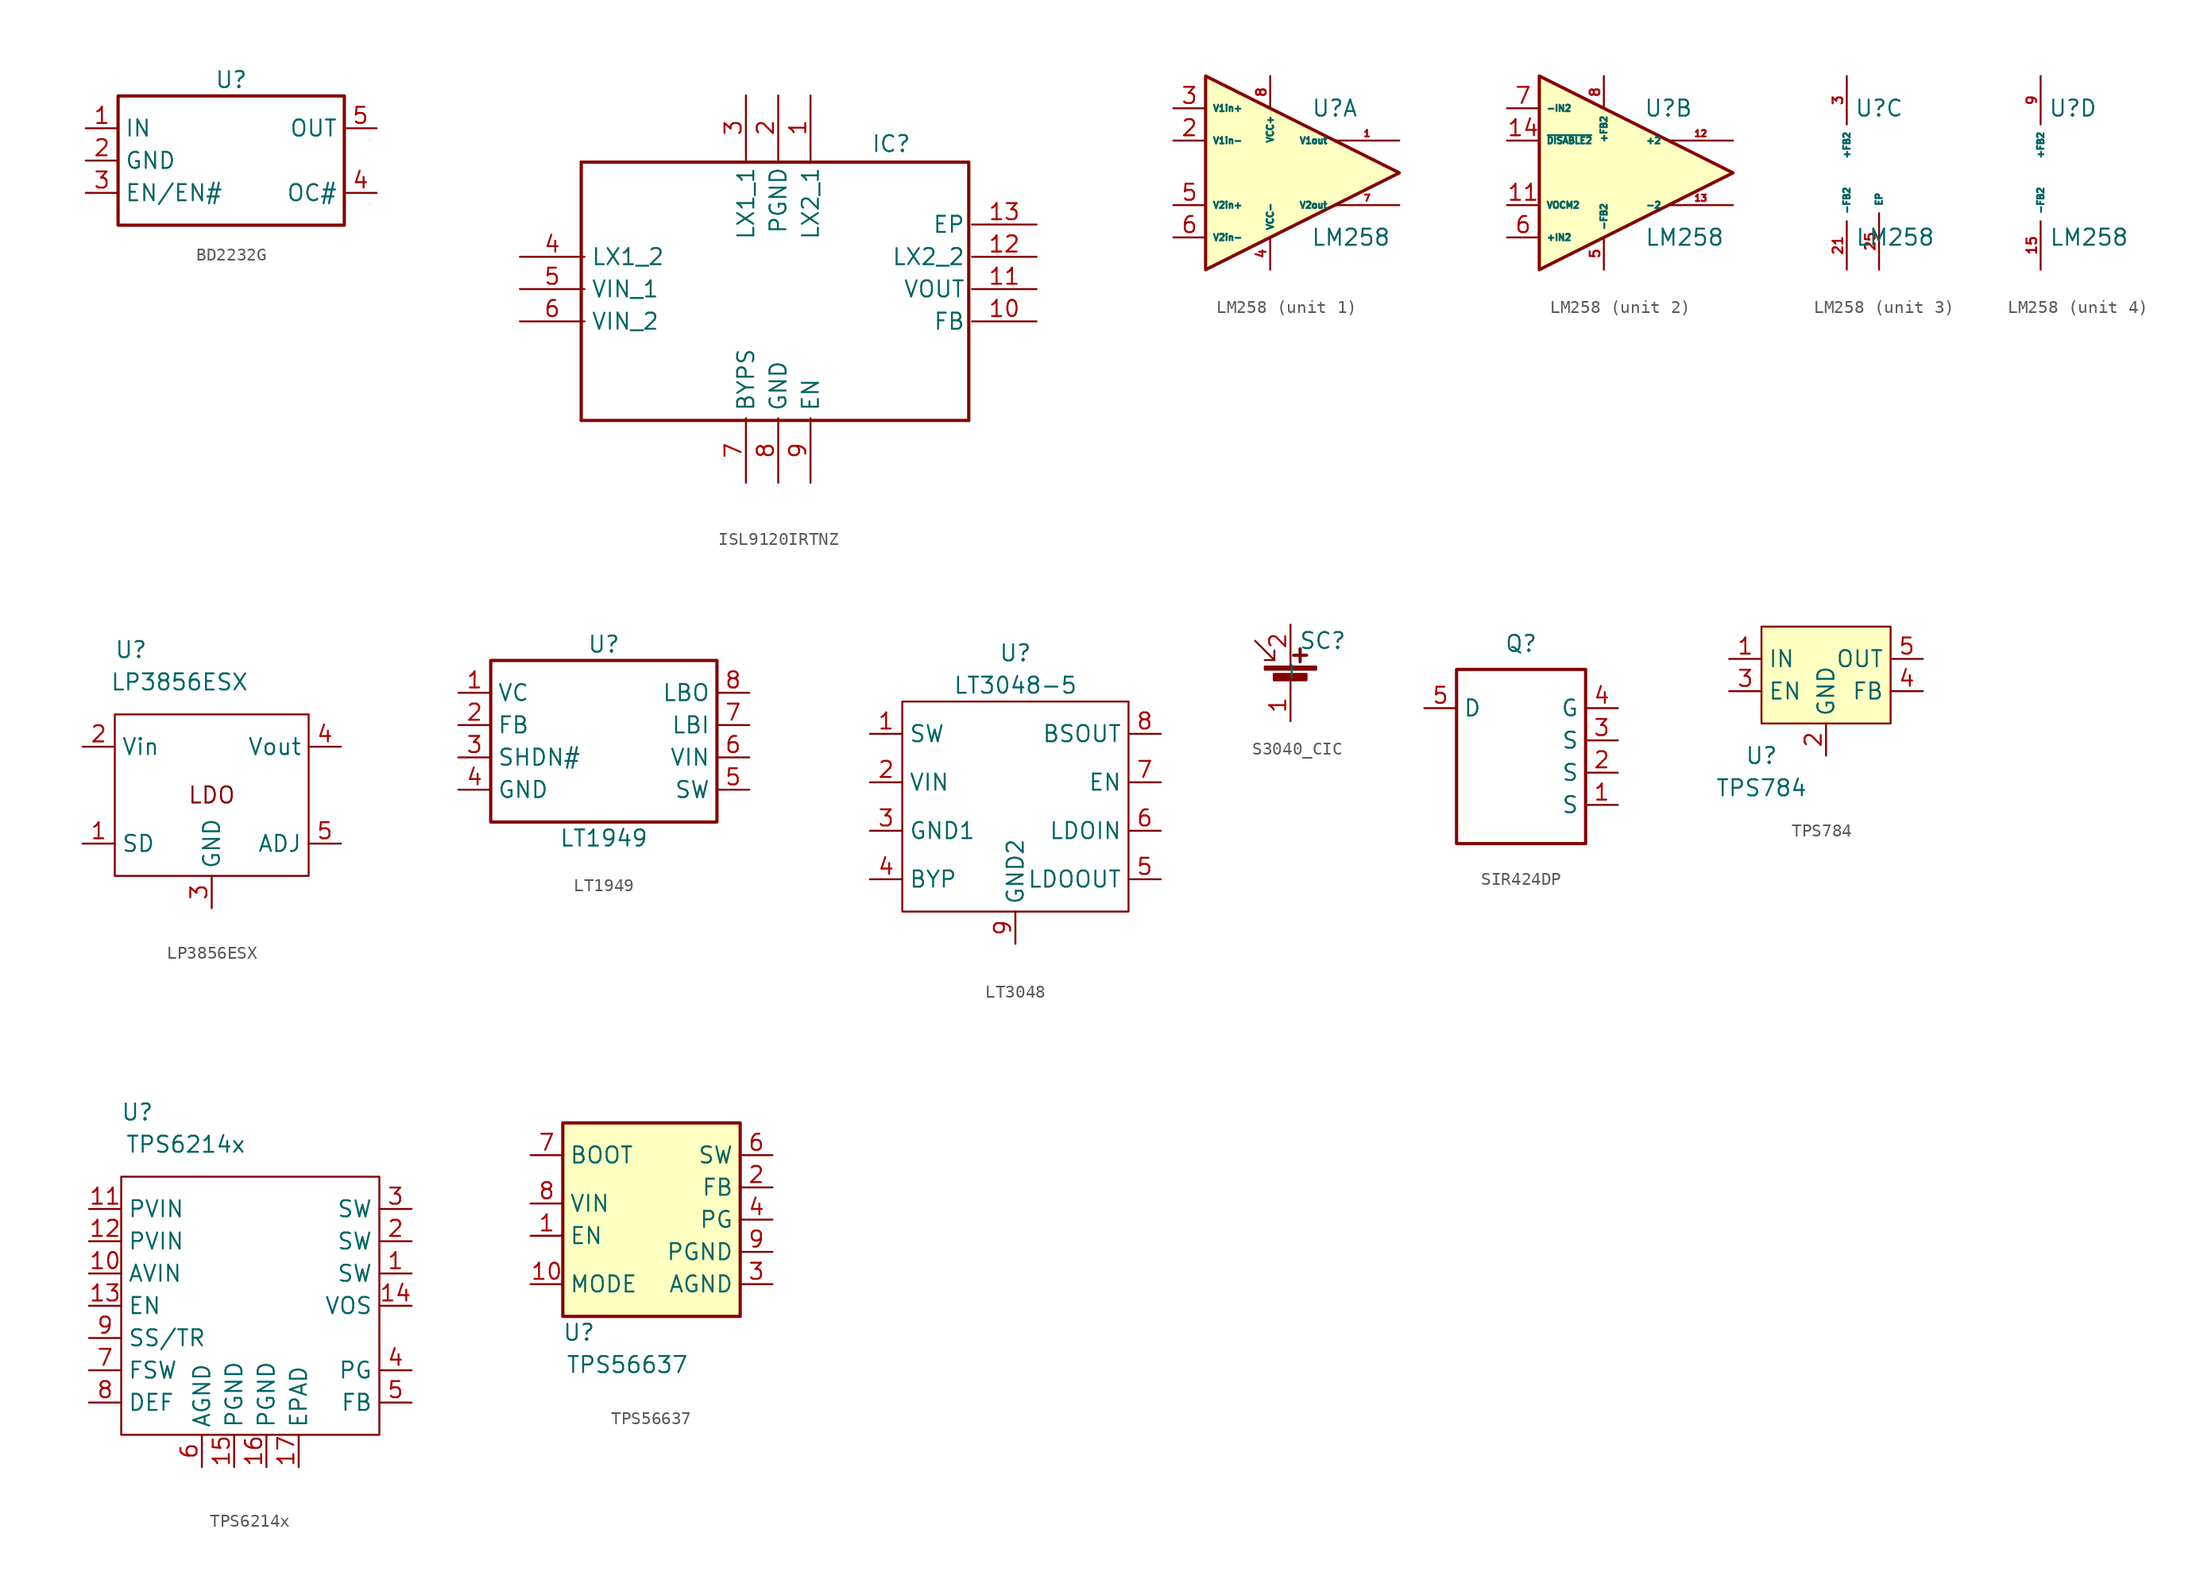
<source format=kicad_sym>
(kicad_symbol_lib
  (version 20220914)
  (generator kicad_symbol_editor)
  (symbol "BD2232G"
    (property "Reference" "U"
      (at 0 6.35 0)
      (effects (font (size 1.27 1.27))))
    (property "Value" ""
      (at 0 0 0)
      (effects (font (size 1.27 1.27))))
    (symbol "BD2232G_1_0"
      (rectangle (start 8.89 5.08) (end -8.89 -5.08) (stroke (width 0.254) (type default)) (fill (type none)))
      (pin passive line (at -11.43 2.54 0) (length 2.54) (name "IN" (effects (font (size 1.27 1.27)))) (number "1" (effects (font (size 1.27 1.27)))))
      (pin passive line (at -11.43 0 0) (length 2.54) (name "GND" (effects (font (size 1.27 1.27)))) (number "2" (effects (font (size 1.27 1.27)))))
      (pin passive line (at -11.43 -2.54 0) (length 2.54) (name "EN/EN#" (effects (font (size 1.27 1.27)))) (number "3" (effects (font (size 1.27 1.27)))))
      (pin passive line (at 11.43 -2.54 180) (length 2.54) (name "OC#" (effects (font (size 1.27 1.27)))) (number "4" (effects (font (size 1.27 1.27)))))
      (pin passive line (at 11.43 2.54 180) (length 2.54) (name "OUT" (effects (font (size 1.27 1.27)))) (number "5" (effects (font (size 1.27 1.27)))))))
  (symbol "ISL9120IRTNZ"
    (property "Reference" "IC"
      (at 8.89 11.43 0)
      (effects (font (size 1.27 1.27))))
    (property "Value" ""
      (at 13.97 -11.43 0)
      (effects (font (size 1.27 1.27))))
    (symbol "ISL9120IRTNZ_1_0"
      (polyline (pts (xy -15.494 -10.335) (xy -15.494 9.985)) (stroke (width 0.254) (type default)) (fill (type none)))
      (polyline (pts (xy -15.494 -10.335) (xy 14.986 -10.335)) (stroke (width 0.254) (type default)) (fill (type none)))
      (polyline (pts (xy 14.986 9.985) (xy -15.494 9.985)) (stroke (width 0.254) (type default)) (fill (type none)))
      (polyline (pts (xy 14.986 9.985) (xy 14.986 -10.335)) (stroke (width 0.254) (type default)) (fill (type none)))
      (pin passive line (at 2.54 15.24 270) (length 5.08) (name "LX2_1" (effects (font (size 1.27 1.27)))) (number "1" (effects (font (size 1.27 1.27)))))
      (pin passive line (at 20.32 -2.54 180) (length 5.08) (name "FB" (effects (font (size 1.27 1.27)))) (number "10" (effects (font (size 1.27 1.27)))))
      (pin passive line (at 20.32 0 180) (length 5.08) (name "VOUT" (effects (font (size 1.27 1.27)))) (number "11" (effects (font (size 1.27 1.27)))))
      (pin passive line (at 20.32 2.54 180) (length 5.08) (name "LX2_2" (effects (font (size 1.27 1.27)))) (number "12" (effects (font (size 1.27 1.27)))))
      (pin passive line (at 20.32 5.08 180) (length 5.08) (name "EP" (effects (font (size 1.27 1.27)))) (number "13" (effects (font (size 1.27 1.27)))))
      (pin passive line (at 0 15.24 270) (length 5.08) (name "PGND" (effects (font (size 1.27 1.27)))) (number "2" (effects (font (size 1.27 1.27)))))
      (pin passive line (at -2.54 15.24 270) (length 5.08) (name "LX1_1" (effects (font (size 1.27 1.27)))) (number "3" (effects (font (size 1.27 1.27)))))
      (pin passive line (at -20.32 2.54 0) (length 5.08) (name "LX1_2" (effects (font (size 1.27 1.27)))) (number "4" (effects (font (size 1.27 1.27)))))
      (pin passive line (at -20.32 0 0) (length 5.08) (name "VIN_1" (effects (font (size 1.27 1.27)))) (number "5" (effects (font (size 1.27 1.27)))))
      (pin passive line (at -20.32 -2.54 0) (length 5.08) (name "VIN_2" (effects (font (size 1.27 1.27)))) (number "6" (effects (font (size 1.27 1.27)))))
      (pin passive line (at -2.54 -15.24 90) (length 5.08) (name "BYPS" (effects (font (size 1.27 1.27)))) (number "7" (effects (font (size 1.27 1.27)))))
      (pin passive line (at 0 -15.24 90) (length 5.08) (name "GND" (effects (font (size 1.27 1.27)))) (number "8" (effects (font (size 1.27 1.27)))))
      (pin passive line (at 2.54 -15.24 90) (length 5.08) (name "EN" (effects (font (size 1.27 1.27)))) (number "9" (effects (font (size 1.27 1.27)))))))
  (symbol "LM258"
    (property "Reference" "U"
      (at 5.08 5.08 0)
      (effects (font (size 1.27 1.27))))
    (property "Value" "LM258"
      (at 6.35 -5.08 0)
      (effects (font (size 1.27 1.27))))
    (symbol "LM258_1_1"
      (polyline (pts (xy -5.08 7.62) (xy -5.08 -7.62) (xy 10.16 0) (xy -5.08 7.62)) (stroke (width 0.254) (type default)) (fill (type background)))
      (pin output line (at 10.16 2.54 180) (length 5.08) (name "V1out" (effects (font (size 0.508 0.508)))) (number "1" (effects (font (size 0.508 0.508)))))
      (pin input line (at -7.62 2.54 0) (length 2.54) (name "V1in-" (effects (font (size 0.508 0.508)))) (number "2" (effects (font (size 1.27 1.27)))))
      (pin input line (at -7.62 5.08 0) (length 2.54) (name "V1in+" (effects (font (size 0.508 0.508)))) (number "3" (effects (font (size 1.27 1.27)))))
      (pin input line (at 0 -7.62 90) (length 2.54) (name "VCC-" (effects (font (size 0.508 0.508)))) (number "4" (effects (font (size 0.762 0.762)))))
      (pin input line (at -7.62 -2.54 0) (length 2.54) (name "V2in+" (effects (font (size 0.508 0.508)))) (number "5" (effects (font (size 1.27 1.27)))))
      (pin input line (at -7.62 -5.08 0) (length 2.54) (name "V2in-" (effects (font (size 0.508 0.508)))) (number "6" (effects (font (size 1.27 1.27)))))
      (pin output line (at 10.16 -2.54 180) (length 5.08) (name "V2out" (effects (font (size 0.508 0.508)))) (number "7" (effects (font (size 0.508 0.508)))))
      (pin input line (at 0 7.62 270) (length 2.54) (name "VCC+" (effects (font (size 0.508 0.508)))) (number "8" (effects (font (size 0.762 0.762))))))
    (symbol "LM258_2_1"
      (polyline (pts (xy -5.08 7.62) (xy -5.08 -7.62) (xy 10.16 0) (xy -5.08 7.62)) (stroke (width 0.254) (type default)) (fill (type background)))
      (pin input line (at -7.62 -2.54 0) (length 2.54) (name "VOCM2" (effects (font (size 0.508 0.508)))) (number "11" (effects (font (size 1.27 1.27)))))
      (pin output line (at 10.16 2.54 180) (length 5.08) (name "+2" (effects (font (size 0.508 0.508)))) (number "12" (effects (font (size 0.508 0.508)))))
      (pin output line (at 10.16 -2.54 180) (length 5.08) (name "-2" (effects (font (size 0.508 0.508)))) (number "13" (effects (font (size 0.508 0.508)))))
      (pin input line (at -7.62 2.54 0) (length 2.54) (name "~{DISABLE2}" (effects (font (size 0.508 0.508)))) (number "14" (effects (font (size 1.27 1.27)))))
      (pin input line (at 0 -7.62 90) (length 2.54) (name "-FB2" (effects (font (size 0.508 0.508)))) (number "5" (effects (font (size 0.762 0.762)))))
      (pin input line (at -7.62 -5.08 0) (length 2.54) (name "+IN2" (effects (font (size 0.508 0.508)))) (number "6" (effects (font (size 1.27 1.27)))))
      (pin input line (at -7.62 5.08 0) (length 2.54) (name "-IN2" (effects (font (size 0.508 0.508)))) (number "7" (effects (font (size 1.27 1.27)))))
      (pin input line (at 0 7.62 270) (length 2.54) (name "+FB2" (effects (font (size 0.508 0.508)))) (number "8" (effects (font (size 0.762 0.762))))))
    (symbol "LM258_3_1"
      (pin input line (at 2.54 -7.62 90) (length 3.81) (name "-FB2" (effects (font (size 0.508 0.508)))) (number "21" (effects (font (size 0.762 0.762)))))
      (pin input line (at 2.54 -7.62 90) (length 3.81) hide (name "-FB2" (effects (font (size 0.508 0.508)))) (number "22" (effects (font (size 0.762 0.762)))))
      (pin passive line (at 5.08 -7.62 90) (length 4.445) (name "EP" (effects (font (size 0.508 0.508)))) (number "25" (effects (font (size 0.762 0.762)))))
      (pin input line (at 2.54 7.62 270) (length 3.81) (name "+FB2" (effects (font (size 0.508 0.508)))) (number "3" (effects (font (size 0.762 0.762)))))
      (pin input line (at 2.54 7.62 270) (length 3.81) hide (name "+FB2" (effects (font (size 0.508 0.508)))) (number "4" (effects (font (size 0.762 0.762))))))
    (symbol "LM258_4_1"
      (pin input line (at 2.54 7.62 270) (length 3.81) hide (name "+FB2" (effects (font (size 0.508 0.508)))) (number "10" (effects (font (size 0.762 0.762)))))
      (pin input line (at 2.54 -7.62 90) (length 3.81) (name "-FB2" (effects (font (size 0.508 0.508)))) (number "15" (effects (font (size 0.762 0.762)))))
      (pin input line (at 2.54 -7.62 90) (length 3.81) hide (name "-FB2" (effects (font (size 0.508 0.508)))) (number "16" (effects (font (size 0.762 0.762)))))
      (pin input line (at 2.54 7.62 270) (length 3.81) (name "+FB2" (effects (font (size 0.508 0.508)))) (number "9" (effects (font (size 0.762 0.762)))))))
  (symbol "LP3856ESX"
    (property "Reference" "U"
      (at 1.27 17.78 0)
      (effects (font (size 1.27 1.27))))
    (property "Value" "LP3856ESX"
      (at 5.08 15.24 0)
      (effects (font (size 1.27 1.27))))
    (symbol "LP3856ESX_0_0"
      (text "LDO" (at 7.62 6.35 0) (effects (font (size 1.27 1.27))))
      (pin unspecified line (at -2.54 2.54 0) (length 2.54) (name "SD" (effects (font (size 1.27 1.27)))) (number "1" (effects (font (size 1.27 1.27)))))
      (pin unspecified line (at -2.54 10.16 0) (length 2.54) (name "Vin" (effects (font (size 1.27 1.27)))) (number "2" (effects (font (size 1.27 1.27)))))
      (pin unspecified line (at 7.62 -2.54 90) (length 2.54) (name "GND" (effects (font (size 1.27 1.27)))) (number "3" (effects (font (size 1.27 1.27)))))
      (pin unspecified line (at 17.78 10.16 180) (length 2.54) (name "Vout" (effects (font (size 1.27 1.27)))) (number "4" (effects (font (size 1.27 1.27)))))
      (pin unspecified line (at 17.78 2.54 180) (length 2.54) (name "ADJ" (effects (font (size 1.27 1.27)))) (number "5" (effects (font (size 1.27 1.27))))))
    (symbol "LP3856ESX_0_1"
      (rectangle (start 0 12.7) (end 15.24 0) (stroke (width 0) (type default)) (fill (type none)))))
  (symbol "LT1949"
    (property "Reference" "U"
      (at 0 7.62 0)
      (effects (font (size 1.27 1.27))))
    (property "Value" "LT1949"
      (at 0 -7.62 0)
      (effects (font (size 1.27 1.27))))
    (symbol "LT1949_1_0"
      (rectangle (start 8.89 6.35) (end -8.89 -6.35) (stroke (width 0.254) (type default)) (fill (type none)))
      (pin passive line (at -11.43 3.81 0) (length 2.54) (name "VC" (effects (font (size 1.27 1.27)))) (number "1" (effects (font (size 1.27 1.27)))))
      (pin passive line (at -11.43 1.27 0) (length 2.54) (name "FB" (effects (font (size 1.27 1.27)))) (number "2" (effects (font (size 1.27 1.27)))))
      (pin passive line (at -11.43 -1.27 0) (length 2.54) (name "SHDN#" (effects (font (size 1.27 1.27)))) (number "3" (effects (font (size 1.27 1.27)))))
      (pin passive line (at -11.43 -3.81 0) (length 2.54) (name "GND" (effects (font (size 1.27 1.27)))) (number "4" (effects (font (size 1.27 1.27)))))
      (pin passive line (at 11.43 -3.81 180) (length 2.54) (name "SW" (effects (font (size 1.27 1.27)))) (number "5" (effects (font (size 1.27 1.27)))))
      (pin passive line (at 11.43 -1.27 180) (length 2.54) (name "VIN" (effects (font (size 1.27 1.27)))) (number "6" (effects (font (size 1.27 1.27)))))
      (pin passive line (at 11.43 1.27 180) (length 2.54) (name "LBI" (effects (font (size 1.27 1.27)))) (number "7" (effects (font (size 1.27 1.27)))))
      (pin passive line (at 11.43 3.81 180) (length 2.54) (name "LBO" (effects (font (size 1.27 1.27)))) (number "8" (effects (font (size 1.27 1.27)))))))
  (symbol "LT3048"
    (property "Reference" "U"
      (at 0 12.7 0)
      (effects (font (size 1.27 1.27))))
    (property "Value" "LT3048-5"
      (at 0 10.16 0)
      (effects (font (size 1.27 1.27))))
    (symbol "LT3048_0_1"
      (rectangle (start -8.89 8.89) (end 8.89 -7.62) (stroke (width 0) (type default)) (fill (type none))))
    (symbol "LT3048_1_1"
      (pin input line (at -11.43 6.35 0) (length 2.54) (name "SW" (effects (font (size 1.27 1.27)))) (number "1" (effects (font (size 1.27 1.27)))))
      (pin input line (at -11.43 2.54 0) (length 2.54) (name "VIN" (effects (font (size 1.27 1.27)))) (number "2" (effects (font (size 1.27 1.27)))))
      (pin passive line (at -11.43 -1.27 0) (length 2.54) (name "GND1" (effects (font (size 1.27 1.27)))) (number "3" (effects (font (size 1.27 1.27)))))
      (pin passive line (at -11.43 -5.08 0) (length 2.54) (name "BYP" (effects (font (size 1.27 1.27)))) (number "4" (effects (font (size 1.27 1.27)))))
      (pin output line (at 11.43 -5.08 180) (length 2.54) (name "LDOOUT" (effects (font (size 1.27 1.27)))) (number "5" (effects (font (size 1.27 1.27)))))
      (pin output line (at 11.43 -1.27 180) (length 2.54) (name "LDOIN" (effects (font (size 1.27 1.27)))) (number "6" (effects (font (size 1.27 1.27)))))
      (pin input line (at 11.43 2.54 180) (length 2.54) (name "EN" (effects (font (size 1.27 1.27)))) (number "7" (effects (font (size 1.27 1.27)))))
      (pin input line (at 11.43 6.35 180) (length 2.54) (name "BSOUT" (effects (font (size 1.27 1.27)))) (number "8" (effects (font (size 1.27 1.27)))))
      (pin passive line (at 0 -10.16 90) (length 2.54) (name "GND2" (effects (font (size 1.27 1.27)))) (number "9" (effects (font (size 1.27 1.27)))))))
  (symbol "S3040_CIC"
    (property "Reference" "SC"
      (at 2.54 2.54 0)
      (effects (font (size 1.27 1.27))))
    (property "Value" ""
      (at 0 0 0)
      (effects (font (size 1.27 1.27))))
    (symbol "S3040_CIC_0_1"
      (rectangle (start -2.032 0.508) (end 2.032 0.254) (stroke (width 0) (type default)) (fill (type outline)))
      (rectangle (start -1.321 -0.076) (end 1.27 -0.584) (stroke (width 0) (type default)) (fill (type outline)))
      (polyline (pts (xy -1.27 1.016) (xy -2.794 2.54)) (stroke (width 0) (type default)) (fill (type none)))
      (polyline (pts (xy 0 -0.508) (xy 0 -1.27)) (stroke (width 0) (type default)) (fill (type none)))
      (polyline (pts (xy 0 0.508) (xy 0 1.27)) (stroke (width 0) (type default)) (fill (type none)))
      (polyline (pts (xy 0.254 1.397) (xy 1.27 1.397)) (stroke (width 0.254) (type default)) (fill (type none)))
      (polyline (pts (xy 0.762 1.905) (xy 0.762 0.889)) (stroke (width 0.254) (type default)) (fill (type none)))
      (polyline (pts (xy -1.27 1.778) (xy -1.27 1.016) (xy -2.032 1.016)) (stroke (width 0) (type default)) (fill (type none))))
    (symbol "S3040_CIC_1_1"
      (pin passive line (at 0 -3.81 90) (length 2.54) (name "-" (effects (font (size 1.27 1.27)))) (number "1" (effects (font (size 1.27 1.27)))))
      (pin passive line (at 0 3.81 270) (length 2.54) (name "" (effects (font (size 1.27 1.27)))) (number "2" (effects (font (size 1.27 1.27)))))))
  (symbol "SIR424DP"
    (property "Reference" "Q"
      (at 0 8.89 0)
      (effects (font (size 1.27 1.27))))
    (property "Value" ""
      (at 0 8.89 0)
      (effects (font (size 1.27 1.27))))
    (symbol "SIR424DP_1_0"
      (rectangle (start -5.08 6.858) (end 5.08 -6.858) (stroke (width 0.254) (type default)) (fill (type none)))
      (pin passive line (at 7.62 -3.81 180) (length 2.54) (name "S" (effects (font (size 1.27 1.27)))) (number "1" (effects (font (size 1.27 1.27)))))
      (pin passive line (at 7.62 -1.27 180) (length 2.54) (name "S" (effects (font (size 1.27 1.27)))) (number "2" (effects (font (size 1.27 1.27)))))
      (pin passive line (at 7.62 1.27 180) (length 2.54) (name "S" (effects (font (size 1.27 1.27)))) (number "3" (effects (font (size 1.27 1.27)))))
      (pin passive line (at 7.62 3.81 180) (length 2.54) (name "G" (effects (font (size 1.27 1.27)))) (number "4" (effects (font (size 1.27 1.27)))))
      (pin passive line (at -7.62 3.81 0) (length 2.54) (name "D" (effects (font (size 1.27 1.27)))) (number "5" (effects (font (size 1.27 1.27)))))))
  (symbol "TPS784"
    (property "Reference" "U"
      (at 0 0 0)
      (effects (font (size 1.27 1.27))))
    (property "Value" "TPS784"
      (at 0 -2.54 0)
      (effects (font (size 1.27 1.27))))
    (symbol "TPS784_1_0"
      (rectangle (start 0 10.16) (end 10.16 2.54) (stroke (width 0) (type default)) (fill (type background)))
      (pin input line (at -2.54 7.62 0) (length 2.54) (name "IN" (effects (font (size 1.27 1.27)))) (number "1" (effects (font (size 1.27 1.27)))))
      (pin passive line (at 5.08 0 90) (length 2.54) (name "GND" (effects (font (size 1.27 1.27)))) (number "2" (effects (font (size 1.27 1.27)))))
      (pin input line (at -2.54 5.08 0) (length 2.54) (name "EN" (effects (font (size 1.27 1.27)))) (number "3" (effects (font (size 1.27 1.27)))))
      (pin input line (at 12.7 5.08 180) (length 2.54) (name "FB" (effects (font (size 1.27 1.27)))) (number "4" (effects (font (size 1.27 1.27)))))
      (pin output line (at 12.7 7.62 180) (length 2.54) (name "OUT" (effects (font (size 1.27 1.27)))) (number "5" (effects (font (size 1.27 1.27)))))))
  (symbol "TPS6214x"
    (property "Reference" "U"
      (at 2.54 33.02 0)
      (effects (font (size 1.27 1.27))))
    (property "Value" "TPS6214x"
      (at 6.35 30.48 0)
      (effects (font (size 1.27 1.27))))
    (symbol "TPS6214x_0_0"
      (pin unspecified line (at 24.13 20.32 180) (length 2.54) (name "SW" (effects (font (size 1.27 1.27)))) (number "1" (effects (font (size 1.27 1.27)))))
      (pin unspecified line (at -1.27 20.32 0) (length 2.54) (name "AVIN" (effects (font (size 1.27 1.27)))) (number "10" (effects (font (size 1.27 1.27)))))
      (pin unspecified line (at -1.27 25.4 0) (length 2.54) (name "PVIN" (effects (font (size 1.27 1.27)))) (number "11" (effects (font (size 1.27 1.27)))))
      (pin unspecified line (at -1.27 22.86 0) (length 2.54) (name "PVIN" (effects (font (size 1.27 1.27)))) (number "12" (effects (font (size 1.27 1.27)))))
      (pin unspecified line (at -1.27 17.78 0) (length 2.54) (name "EN" (effects (font (size 1.27 1.27)))) (number "13" (effects (font (size 1.27 1.27)))))
      (pin unspecified line (at 24.13 17.78 180) (length 2.54) (name "VOS" (effects (font (size 1.27 1.27)))) (number "14" (effects (font (size 1.27 1.27)))))
      (pin unspecified line (at 10.16 5.08 90) (length 2.54) (name "PGND" (effects (font (size 1.27 1.27)))) (number "15" (effects (font (size 1.27 1.27)))))
      (pin unspecified line (at 12.7 5.08 90) (length 2.54) (name "PGND" (effects (font (size 1.27 1.27)))) (number "16" (effects (font (size 1.27 1.27)))))
      (pin unspecified line (at 15.24 5.08 90) (length 2.54) (name "EPAD" (effects (font (size 1.27 1.27)))) (number "17" (effects (font (size 1.27 1.27)))))
      (pin unspecified line (at 24.13 22.86 180) (length 2.54) (name "SW" (effects (font (size 1.27 1.27)))) (number "2" (effects (font (size 1.27 1.27)))))
      (pin unspecified line (at 24.13 25.4 180) (length 2.54) (name "SW" (effects (font (size 1.27 1.27)))) (number "3" (effects (font (size 1.27 1.27)))))
      (pin unspecified line (at 24.13 12.7 180) (length 2.54) (name "PG" (effects (font (size 1.27 1.27)))) (number "4" (effects (font (size 1.27 1.27)))))
      (pin unspecified line (at 24.13 10.16 180) (length 2.54) (name "FB" (effects (font (size 1.27 1.27)))) (number "5" (effects (font (size 1.27 1.27)))))
      (pin unspecified line (at 7.62 5.08 90) (length 2.54) (name "AGND" (effects (font (size 1.27 1.27)))) (number "6" (effects (font (size 1.27 1.27)))))
      (pin unspecified line (at -1.27 12.7 0) (length 2.54) (name "FSW" (effects (font (size 1.27 1.27)))) (number "7" (effects (font (size 1.27 1.27)))))
      (pin unspecified line (at -1.27 10.16 0) (length 2.54) (name "DEF" (effects (font (size 1.27 1.27)))) (number "8" (effects (font (size 1.27 1.27)))))
      (pin unspecified line (at -1.27 15.24 0) (length 2.54) (name "SS/TR" (effects (font (size 1.27 1.27)))) (number "9" (effects (font (size 1.27 1.27))))))
    (symbol "TPS6214x_0_1"
      (rectangle (start 1.27 27.94) (end 21.59 7.62) (stroke (width 0) (type default)) (fill (type none)))))
  (symbol "TPS56637"
    (property "Reference" "U"
      (at 5.08 0 0)
      (effects (font (size 1.27 1.27))))
    (property "Value" "TPS56637"
      (at 8.89 -2.54 0)
      (effects (font (size 1.27 1.27))))
    (symbol "TPS56637_1_0"
      (rectangle (start 3.81 16.51) (end 17.78 1.27) (stroke (width 0.254) (type default)) (fill (type background)))
      (pin input line (at 1.27 7.62 0) (length 2.54) (name "EN" (effects (font (size 1.27 1.27)))) (number "1" (effects (font (size 1.27 1.27)))))
      (pin input line (at 1.27 3.81 0) (length 2.54) (name "MODE" (effects (font (size 1.27 1.27)))) (number "10" (effects (font (size 1.27 1.27)))))
      (pin input line (at 20.32 11.43 180) (length 2.54) (name "FB" (effects (font (size 1.27 1.27)))) (number "2" (effects (font (size 1.27 1.27)))))
      (pin power_in line (at 20.32 3.81 180) (length 2.54) (name "AGND" (effects (font (size 1.27 1.27)))) (number "3" (effects (font (size 1.27 1.27)))))
      (pin output line (at 20.32 8.89 180) (length 2.54) (name "PG" (effects (font (size 1.27 1.27)))) (number "4" (effects (font (size 1.27 1.27)))))
      (pin output line (at 20.32 13.97 180) (length 2.54) (name "SW" (effects (font (size 1.27 1.27)))) (number "6" (effects (font (size 1.27 1.27)))))
      (pin input line (at 1.27 13.97 0) (length 2.54) (name "BOOT" (effects (font (size 1.27 1.27)))) (number "7" (effects (font (size 1.27 1.27)))))
      (pin input line (at 1.27 10.16 0) (length 2.54) (name "VIN" (effects (font (size 1.27 1.27)))) (number "8" (effects (font (size 1.27 1.27)))))
      (pin power_in line (at 20.32 6.35 180) (length 2.54) (name "PGND" (effects (font (size 1.27 1.27)))) (number "9" (effects (font (size 1.27 1.27))))))
    (symbol "TPS56637_1_1"
      (pin no_connect line (at 11.43 19.05 270) (length 2.54) hide (name "NC" (effects (font (size 1.27 1.27)))) (number "5" (effects (font (size 1.27 1.27))))))))
</source>
